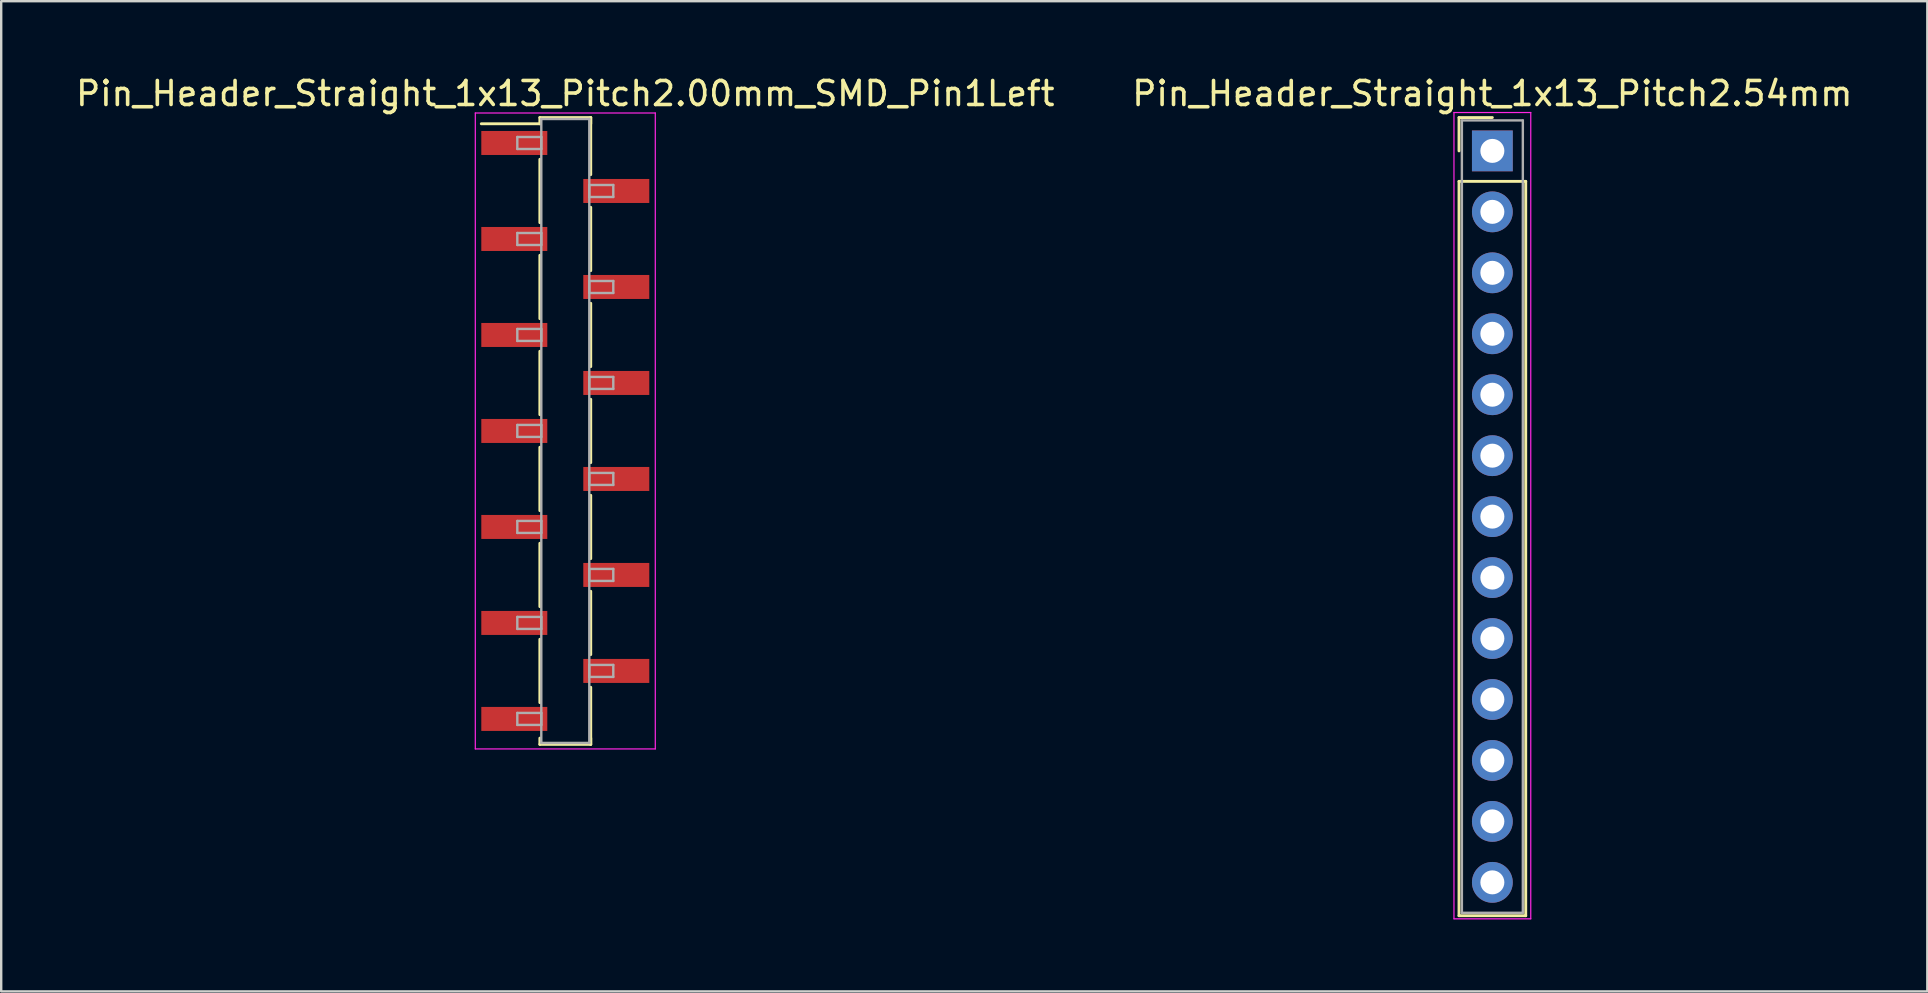
<source format=kicad_pcb>
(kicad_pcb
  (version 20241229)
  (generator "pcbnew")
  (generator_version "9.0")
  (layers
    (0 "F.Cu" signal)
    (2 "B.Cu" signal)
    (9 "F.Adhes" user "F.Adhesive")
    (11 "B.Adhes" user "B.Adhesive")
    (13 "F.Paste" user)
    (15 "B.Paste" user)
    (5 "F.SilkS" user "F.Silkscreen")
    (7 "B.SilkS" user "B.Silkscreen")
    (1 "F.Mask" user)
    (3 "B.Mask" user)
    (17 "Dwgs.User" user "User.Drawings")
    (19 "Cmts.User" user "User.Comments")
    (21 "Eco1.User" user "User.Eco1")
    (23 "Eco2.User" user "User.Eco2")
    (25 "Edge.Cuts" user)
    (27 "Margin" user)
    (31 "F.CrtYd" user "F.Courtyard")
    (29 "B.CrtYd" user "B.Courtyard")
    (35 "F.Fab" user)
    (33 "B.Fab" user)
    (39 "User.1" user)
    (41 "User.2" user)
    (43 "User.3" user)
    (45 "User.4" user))
  (footprint "Pin_Header_Straight_1x13_Pitch2.00mm_SMD_Pin1Left"
    (layer "F.Cu")
    (at 20.506 14.908)
    (property "Reference" "Pin_Header_Straight_1x13_Pitch2.00mm_SMD_Pin1Left" (at 0 -14.06 0) (layer "F.SilkS") (effects (font (size 1 1) (thickness 0.15))))
    (attr smd)
    (fp_line (start -1.06 -13.06) (end 1.06 -13.06) (stroke (width 0.12) (type solid)) (layer "F.SilkS"))
    (fp_line (start -1.06 -12.8) (end -3.5 -12.8) (stroke (width 0.12) (type solid)) (layer "F.SilkS"))
    (fp_line (start -1.06 -12.8) (end -1.06 -13.06) (stroke (width 0.12) (type solid)) (layer "F.SilkS"))
    (fp_line (start -1.06 -11.32) (end -1.06 -8.68) (stroke (width 0.12) (type solid)) (layer "F.SilkS"))
    (fp_line (start -1.06 -7.32) (end -1.06 -4.68) (stroke (width 0.12) (type solid)) (layer "F.SilkS"))
    (fp_line (start -1.06 -3.32) (end -1.06 -0.68) (stroke (width 0.12) (type solid)) (layer "F.SilkS"))
    (fp_line (start -1.06 0.68) (end -1.06 3.32) (stroke (width 0.12) (type solid)) (layer "F.SilkS"))
    (fp_line (start -1.06 4.68) (end -1.06 7.32) (stroke (width 0.12) (type solid)) (layer "F.SilkS"))
    (fp_line (start -1.06 8.68) (end -1.06 11.32) (stroke (width 0.12) (type solid)) (layer "F.SilkS"))
    (fp_line (start -1.06 12.8) (end -1.06 13.06) (stroke (width 0.12) (type solid)) (layer "F.SilkS"))
    (fp_line (start -1.06 13.06) (end 1.06 13.06) (stroke (width 0.12) (type solid)) (layer "F.SilkS"))
    (fp_line (start 1.06 -13.06) (end 1.06 -12.8) (stroke (width 0.12) (type solid)) (layer "F.SilkS"))
    (fp_line (start 1.06 -13.06) (end 1.06 -10.68) (stroke (width 0.12) (type solid)) (layer "F.SilkS"))
    (fp_line (start 1.06 -9.32) (end 1.06 -6.68) (stroke (width 0.12) (type solid)) (layer "F.SilkS"))
    (fp_line (start 1.06 -5.32) (end 1.06 -2.68) (stroke (width 0.12) (type solid)) (layer "F.SilkS"))
    (fp_line (start 1.06 -1.32) (end 1.06 1.32) (stroke (width 0.12) (type solid)) (layer "F.SilkS"))
    (fp_line (start 1.06 2.68) (end 1.06 5.32) (stroke (width 0.12) (type solid)) (layer "F.SilkS"))
    (fp_line (start 1.06 6.68) (end 1.06 9.32) (stroke (width 0.12) (type solid)) (layer "F.SilkS"))
    (fp_line (start 1.06 10.68) (end 1.06 13.06) (stroke (width 0.12) (type solid)) (layer "F.SilkS"))
    (fp_line (start 1.06 13.06) (end 1.06 12.8) (stroke (width 0.12) (type solid)) (layer "F.SilkS"))
    (fp_line (start -3.75 -13.25) (end -3.75 13.25) (stroke (width 0.05) (type solid)) (layer "F.CrtYd"))
    (fp_line (start -3.75 13.25) (end 3.75 13.25) (stroke (width 0.05) (type solid)) (layer "F.CrtYd"))
    (fp_line (start 3.75 -13.25) (end -3.75 -13.25) (stroke (width 0.05) (type solid)) (layer "F.CrtYd"))
    (fp_line (start 3.75 13.25) (end 3.75 -13.25) (stroke (width 0.05) (type solid)) (layer "F.CrtYd"))
    (fp_line (start -2 -12.25) (end -1 -12.25) (stroke (width 0.1) (type solid)) (layer "F.Fab"))
    (fp_line (start -2 -11.75) (end -2 -12.25) (stroke (width 0.1) (type solid)) (layer "F.Fab"))
    (fp_line (start -2 -8.25) (end -1 -8.25) (stroke (width 0.1) (type solid)) (layer "F.Fab"))
    (fp_line (start -2 -7.75) (end -2 -8.25) (stroke (width 0.1) (type solid)) (layer "F.Fab"))
    (fp_line (start -2 -4.25) (end -1 -4.25) (stroke (width 0.1) (type solid)) (layer "F.Fab"))
    (fp_line (start -2 -3.75) (end -2 -4.25) (stroke (width 0.1) (type solid)) (layer "F.Fab"))
    (fp_line (start -2 -0.25) (end -1 -0.25) (stroke (width 0.1) (type solid)) (layer "F.Fab"))
    (fp_line (start -2 0.25) (end -2 -0.25) (stroke (width 0.1) (type solid)) (layer "F.Fab"))
    (fp_line (start -2 3.75) (end -1 3.75) (stroke (width 0.1) (type solid)) (layer "F.Fab"))
    (fp_line (start -2 4.25) (end -2 3.75) (stroke (width 0.1) (type solid)) (layer "F.Fab"))
    (fp_line (start -2 7.75) (end -1 7.75) (stroke (width 0.1) (type solid)) (layer "F.Fab"))
    (fp_line (start -2 8.25) (end -2 7.75) (stroke (width 0.1) (type solid)) (layer "F.Fab"))
    (fp_line (start -2 11.75) (end -1 11.75) (stroke (width 0.1) (type solid)) (layer "F.Fab"))
    (fp_line (start -2 12.25) (end -2 11.75) (stroke (width 0.1) (type solid)) (layer "F.Fab"))
    (fp_line (start -1 -13) (end -1 13) (stroke (width 0.1) (type solid)) (layer "F.Fab"))
    (fp_line (start -1 -12.25) (end -1 -11.75) (stroke (width 0.1) (type solid)) (layer "F.Fab"))
    (fp_line (start -1 -11.75) (end -2 -11.75) (stroke (width 0.1) (type solid)) (layer "F.Fab"))
    (fp_line (start -1 -8.25) (end -1 -7.75) (stroke (width 0.1) (type solid)) (layer "F.Fab"))
    (fp_line (start -1 -7.75) (end -2 -7.75) (stroke (width 0.1) (type solid)) (layer "F.Fab"))
    (fp_line (start -1 -4.25) (end -1 -3.75) (stroke (width 0.1) (type solid)) (layer "F.Fab"))
    (fp_line (start -1 -3.75) (end -2 -3.75) (stroke (width 0.1) (type solid)) (layer "F.Fab"))
    (fp_line (start -1 -0.25) (end -1 0.25) (stroke (width 0.1) (type solid)) (layer "F.Fab"))
    (fp_line (start -1 0.25) (end -2 0.25) (stroke (width 0.1) (type solid)) (layer "F.Fab"))
    (fp_line (start -1 3.75) (end -1 4.25) (stroke (width 0.1) (type solid)) (layer "F.Fab"))
    (fp_line (start -1 4.25) (end -2 4.25) (stroke (width 0.1) (type solid)) (layer "F.Fab"))
    (fp_line (start -1 7.75) (end -1 8.25) (stroke (width 0.1) (type solid)) (layer "F.Fab"))
    (fp_line (start -1 8.25) (end -2 8.25) (stroke (width 0.1) (type solid)) (layer "F.Fab"))
    (fp_line (start -1 11.75) (end -1 12.25) (stroke (width 0.1) (type solid)) (layer "F.Fab"))
    (fp_line (start -1 12.25) (end -2 12.25) (stroke (width 0.1) (type solid)) (layer "F.Fab"))
    (fp_line (start -1 13) (end 1 13) (stroke (width 0.1) (type solid)) (layer "F.Fab"))
    (fp_line (start 1 -13) (end -1 -13) (stroke (width 0.1) (type solid)) (layer "F.Fab"))
    (fp_line (start 1 -10.25) (end 1 -9.75) (stroke (width 0.1) (type solid)) (layer "F.Fab"))
    (fp_line (start 1 -9.75) (end 2 -9.75) (stroke (width 0.1) (type solid)) (layer "F.Fab"))
    (fp_line (start 1 -6.25) (end 1 -5.75) (stroke (width 0.1) (type solid)) (layer "F.Fab"))
    (fp_line (start 1 -5.75) (end 2 -5.75) (stroke (width 0.1) (type solid)) (layer "F.Fab"))
    (fp_line (start 1 -2.25) (end 1 -1.75) (stroke (width 0.1) (type solid)) (layer "F.Fab"))
    (fp_line (start 1 -1.75) (end 2 -1.75) (stroke (width 0.1) (type solid)) (layer "F.Fab"))
    (fp_line (start 1 1.75) (end 1 2.25) (stroke (width 0.1) (type solid)) (layer "F.Fab"))
    (fp_line (start 1 2.25) (end 2 2.25) (stroke (width 0.1) (type solid)) (layer "F.Fab"))
    (fp_line (start 1 5.75) (end 1 6.25) (stroke (width 0.1) (type solid)) (layer "F.Fab"))
    (fp_line (start 1 6.25) (end 2 6.25) (stroke (width 0.1) (type solid)) (layer "F.Fab"))
    (fp_line (start 1 9.75) (end 1 10.25) (stroke (width 0.1) (type solid)) (layer "F.Fab"))
    (fp_line (start 1 10.25) (end 2 10.25) (stroke (width 0.1) (type solid)) (layer "F.Fab"))
    (fp_line (start 1 13) (end 1 -13) (stroke (width 0.1) (type solid)) (layer "F.Fab"))
    (fp_line (start 2 -10.25) (end 1 -10.25) (stroke (width 0.1) (type solid)) (layer "F.Fab"))
    (fp_line (start 2 -9.75) (end 2 -10.25) (stroke (width 0.1) (type solid)) (layer "F.Fab"))
    (fp_line (start 2 -6.25) (end 1 -6.25) (stroke (width 0.1) (type solid)) (layer "F.Fab"))
    (fp_line (start 2 -5.75) (end 2 -6.25) (stroke (width 0.1) (type solid)) (layer "F.Fab"))
    (fp_line (start 2 -2.25) (end 1 -2.25) (stroke (width 0.1) (type solid)) (layer "F.Fab"))
    (fp_line (start 2 -1.75) (end 2 -2.25) (stroke (width 0.1) (type solid)) (layer "F.Fab"))
    (fp_line (start 2 1.75) (end 1 1.75) (stroke (width 0.1) (type solid)) (layer "F.Fab"))
    (fp_line (start 2 2.25) (end 2 1.75) (stroke (width 0.1) (type solid)) (layer "F.Fab"))
    (fp_line (start 2 5.75) (end 1 5.75) (stroke (width 0.1) (type solid)) (layer "F.Fab"))
    (fp_line (start 2 6.25) (end 2 5.75) (stroke (width 0.1) (type solid)) (layer "F.Fab"))
    (fp_line (start 2 9.75) (end 1 9.75) (stroke (width 0.1) (type solid)) (layer "F.Fab"))
    (fp_line (start 2 10.25) (end 2 9.75) (stroke (width 0.1) (type solid)) (layer "F.Fab"))
    (pad "1" smd rect (at -2.125 -12) (size 2.75 1) (layers "F.Cu" "F.Mask"))
    (pad "2" smd rect (at 2.125 -10) (size 2.75 1) (layers "F.Cu" "F.Mask"))
    (pad "3" smd rect (at -2.125 -8) (size 2.75 1) (layers "F.Cu" "F.Mask"))
    (pad "4" smd rect (at 2.125 -6) (size 2.75 1) (layers "F.Cu" "F.Mask"))
    (pad "5" smd rect (at -2.125 -4) (size 2.75 1) (layers "F.Cu" "F.Mask"))
    (pad "6" smd rect (at 2.125 -2) (size 2.75 1) (layers "F.Cu" "F.Mask"))
    (pad "7" smd rect (at -2.125 0) (size 2.75 1) (layers "F.Cu" "F.Mask"))
    (pad "8" smd rect (at 2.125 2) (size 2.75 1) (layers "F.Cu" "F.Mask"))
    (pad "9" smd rect (at -2.125 4) (size 2.75 1) (layers "F.Cu" "F.Mask"))
    (pad "10" smd rect (at 2.125 6) (size 2.75 1) (layers "F.Cu" "F.Mask"))
    (pad "11" smd rect (at -2.125 8) (size 2.75 1) (layers "F.Cu" "F.Mask"))
    (pad "12" smd rect (at 2.125 10) (size 2.75 1) (layers "F.Cu" "F.Mask"))
    (pad "13" smd rect (at -2.125 12) (size 2.75 1) (layers "F.Cu" "F.Mask")))
  (footprint "Pin_Header_Straight_1x13_Pitch2.54mm"
    (layer "F.Cu")
    (at 59.137 3.238)
    (property "Reference" "Pin_Header_Straight_1x13_Pitch2.54mm" (at 0 -2.39 0) (layer "F.SilkS") (effects (font (size 1 1) (thickness 0.15))))
    (attr through_hole)
    (fp_line (start -1.39 -1.39) (end 0 -1.39) (stroke (width 0.12) (type solid)) (layer "F.SilkS"))
    (fp_line (start -1.39 0) (end -1.39 -1.39) (stroke (width 0.12) (type solid)) (layer "F.SilkS"))
    (fp_line (start -1.39 1.27) (end -1.39 31.87) (stroke (width 0.12) (type solid)) (layer "F.SilkS"))
    (fp_line (start -1.39 31.87) (end 1.39 31.87) (stroke (width 0.12) (type solid)) (layer "F.SilkS"))
    (fp_line (start 1.39 1.27) (end -1.39 1.27) (stroke (width 0.12) (type solid)) (layer "F.SilkS"))
    (fp_line (start 1.39 31.87) (end 1.39 1.27) (stroke (width 0.12) (type solid)) (layer "F.SilkS"))
    (fp_line (start -1.6 -1.6) (end -1.6 32) (stroke (width 0.05) (type solid)) (layer "F.CrtYd"))
    (fp_line (start -1.6 32) (end 1.6 32) (stroke (width 0.05) (type solid)) (layer "F.CrtYd"))
    (fp_line (start 1.6 -1.6) (end -1.6 -1.6) (stroke (width 0.05) (type solid)) (layer "F.CrtYd"))
    (fp_line (start 1.6 32) (end 1.6 -1.6) (stroke (width 0.05) (type solid)) (layer "F.CrtYd"))
    (fp_line (start -1.27 -1.27) (end -1.27 31.75) (stroke (width 0.1) (type solid)) (layer "F.Fab"))
    (fp_line (start -1.27 31.75) (end 1.27 31.75) (stroke (width 0.1) (type solid)) (layer "F.Fab"))
    (fp_line (start 1.27 -1.27) (end -1.27 -1.27) (stroke (width 0.1) (type solid)) (layer "F.Fab"))
    (fp_line (start 1.27 31.75) (end 1.27 -1.27) (stroke (width 0.1) (type solid)) (layer "F.Fab"))
    (pad "1" thru_hole rect (at 0 0) (size 1.7 1.7) (drill 1) (layers "*.Cu" "*.Mask"))
    (pad "2" thru_hole oval (at 0 2.54) (size 1.7 1.7) (drill 1) (layers "*.Cu" "*.Mask"))
    (pad "3" thru_hole oval (at 0 5.08) (size 1.7 1.7) (drill 1) (layers "*.Cu" "*.Mask"))
    (pad "4" thru_hole oval (at 0 7.62) (size 1.7 1.7) (drill 1) (layers "*.Cu" "*.Mask"))
    (pad "5" thru_hole oval (at 0 10.16) (size 1.7 1.7) (drill 1) (layers "*.Cu" "*.Mask"))
    (pad "6" thru_hole oval (at 0 12.7) (size 1.7 1.7) (drill 1) (layers "*.Cu" "*.Mask"))
    (pad "7" thru_hole oval (at 0 15.24) (size 1.7 1.7) (drill 1) (layers "*.Cu" "*.Mask"))
    (pad "8" thru_hole oval (at 0 17.78) (size 1.7 1.7) (drill 1) (layers "*.Cu" "*.Mask"))
    (pad "9" thru_hole oval (at 0 20.32) (size 1.7 1.7) (drill 1) (layers "*.Cu" "*.Mask"))
    (pad "10" thru_hole oval (at 0 22.86) (size 1.7 1.7) (drill 1) (layers "*.Cu" "*.Mask"))
    (pad "11" thru_hole oval (at 0 25.4) (size 1.7 1.7) (drill 1) (layers "*.Cu" "*.Mask"))
    (pad "12" thru_hole oval (at 0 27.94) (size 1.7 1.7) (drill 1) (layers "*.Cu" "*.Mask"))
    (pad "13" thru_hole oval (at 0 30.48) (size 1.7 1.7) (drill 1) (layers "*.Cu" "*.Mask")))
  (gr_rect
    (start -3 -3)
    (end 77.262 38.263)
    (stroke (width 0.1) (type default))
    (fill no)
    (layer "Edge.Cuts")))
</source>
